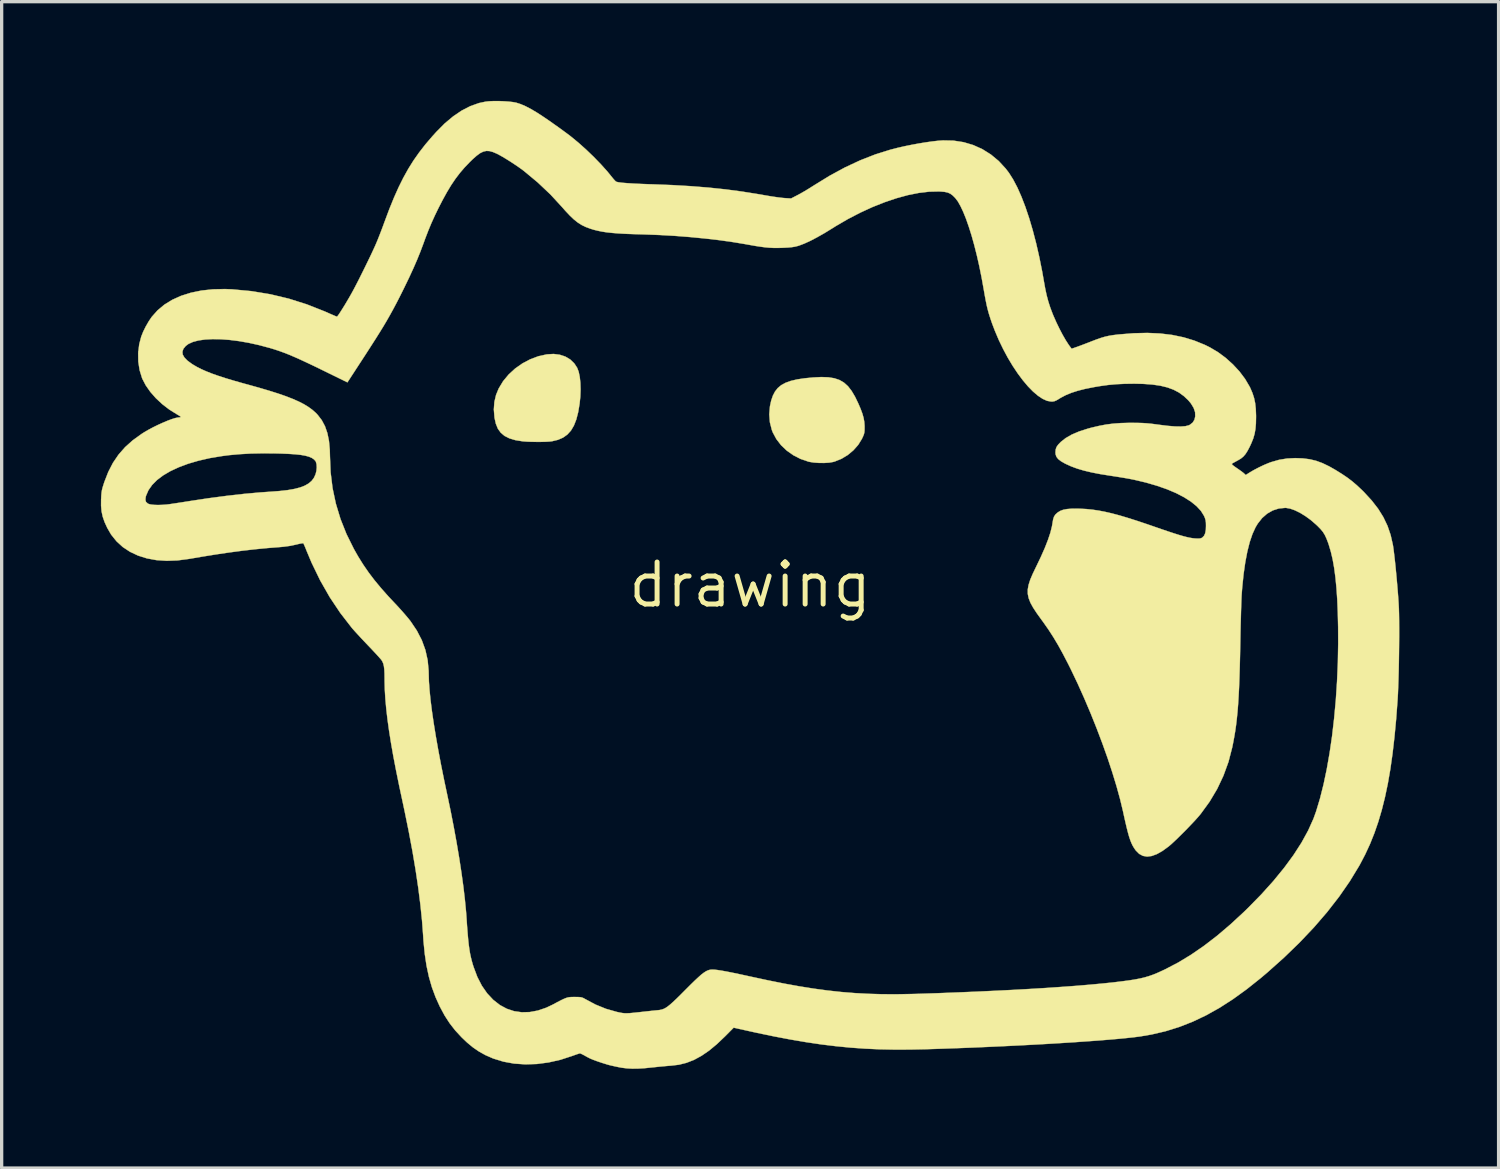
<source format=kicad_pcb>
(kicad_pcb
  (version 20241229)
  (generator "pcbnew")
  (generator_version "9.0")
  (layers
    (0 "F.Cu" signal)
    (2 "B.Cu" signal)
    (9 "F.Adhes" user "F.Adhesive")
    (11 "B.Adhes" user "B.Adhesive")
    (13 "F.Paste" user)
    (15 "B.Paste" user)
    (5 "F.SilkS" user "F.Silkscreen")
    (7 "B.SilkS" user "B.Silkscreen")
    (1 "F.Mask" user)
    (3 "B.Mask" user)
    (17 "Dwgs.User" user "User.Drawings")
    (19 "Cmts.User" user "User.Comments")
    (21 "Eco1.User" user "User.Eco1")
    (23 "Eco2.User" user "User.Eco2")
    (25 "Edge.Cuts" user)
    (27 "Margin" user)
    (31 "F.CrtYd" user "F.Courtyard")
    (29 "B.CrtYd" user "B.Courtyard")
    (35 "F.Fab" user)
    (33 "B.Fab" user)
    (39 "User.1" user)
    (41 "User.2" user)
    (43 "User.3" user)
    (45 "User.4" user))
  (footprint "drawing"
    (layer "F.Cu")
    (at 19.623 14.628)
    (property "Reference" "drawing" (at 0 0 0) (layer "F.SilkS") (effects (font (size 1.27 1.27) (thickness 0.15))))
    (attr through_hole)
    (fp_poly (pts (xy -5.751 -6.955) (xy -5.581 -6.898) (xy -5.433 -6.809) (xy -5.311 -6.689) (xy -5.227 -6.56) (xy -5.182 -6.44) (xy -5.15 -6.287) (xy -5.13 -6.106) (xy -5.124 -5.905) (xy -5.132 -5.69) (xy -5.154 -5.478) (xy -5.197 -5.22) (xy -5.254 -4.999) (xy -5.326 -4.815) (xy -5.416 -4.663) (xy -5.525 -4.543) (xy -5.656 -4.45) (xy -5.809 -4.384) (xy -5.987 -4.341) (xy -5.995 -4.34) (xy -6.076 -4.331) (xy -6.189 -4.325) (xy -6.323 -4.322) (xy -6.467 -4.322) (xy -6.611 -4.324) (xy -6.743 -4.329) (xy -6.854 -4.337) (xy -6.881 -4.34) (xy -7.097 -4.375) (xy -7.277 -4.429) (xy -7.422 -4.502) (xy -7.537 -4.599) (xy -7.624 -4.72) (xy -7.685 -4.869) (xy -7.725 -5.047) (xy -7.726 -5.055) (xy -7.746 -5.301) (xy -7.73 -5.527) (xy -7.679 -5.742) (xy -7.599 -5.936) (xy -7.466 -6.156) (xy -7.299 -6.358) (xy -7.103 -6.538) (xy -6.883 -6.693) (xy -6.645 -6.819) (xy -6.395 -6.912) (xy -6.142 -6.967) (xy -5.939 -6.979) (xy -5.751 -6.955)) (stroke (width 0.01) (type solid)) (fill yes) (layer "F.SilkS"))
    (fp_poly (pts (xy 2.363 -6.274) (xy 2.544 -6.245) (xy 2.7 -6.193) (xy 2.837 -6.113) (xy 2.958 -6.004) (xy 3.068 -5.862) (xy 3.172 -5.686) (xy 3.266 -5.491) (xy 3.34 -5.319) (xy 3.394 -5.173) (xy 3.43 -5.045) (xy 3.451 -4.925) (xy 3.46 -4.804) (xy 3.46 -4.772) (xy 3.459 -4.677) (xy 3.453 -4.607) (xy 3.438 -4.547) (xy 3.41 -4.479) (xy 3.378 -4.412) (xy 3.267 -4.232) (xy 3.122 -4.068) (xy 2.951 -3.925) (xy 2.762 -3.811) (xy 2.562 -3.73) (xy 2.509 -3.715) (xy 2.387 -3.694) (xy 2.239 -3.685) (xy 2.08 -3.686) (xy 1.925 -3.697) (xy 1.788 -3.719) (xy 1.757 -3.727) (xy 1.523 -3.807) (xy 1.305 -3.919) (xy 1.107 -4.059) (xy 0.935 -4.223) (xy 0.793 -4.407) (xy 0.686 -4.606) (xy 0.657 -4.681) (xy 0.598 -4.913) (xy 0.579 -5.154) (xy 0.6 -5.401) (xy 0.638 -5.573) (xy 0.688 -5.719) (xy 0.753 -5.844) (xy 0.836 -5.949) (xy 0.941 -6.037) (xy 1.072 -6.108) (xy 1.23 -6.165) (xy 1.421 -6.21) (xy 1.647 -6.244) (xy 1.906 -6.269) (xy 2.151 -6.281) (xy 2.363 -6.274)) (stroke (width 0.01) (type solid)) (fill yes) (layer "F.SilkS"))
    (fp_poly (pts (xy -7.599 -14.623) (xy -7.443 -14.617) (xy -7.295 -14.607) (xy -7.166 -14.592) (xy -7.07 -14.574) (xy -6.936 -14.531) (xy -6.79 -14.468) (xy -6.626 -14.383) (xy -6.442 -14.274) (xy -6.234 -14.138) (xy -6.064 -14.022) (xy -5.93 -13.927) (xy -5.794 -13.831) (xy -5.666 -13.738) (xy -5.553 -13.655) (xy -5.462 -13.587) (xy -5.423 -13.557) (xy -5.192 -13.367) (xy -4.958 -13.158) (xy -4.728 -12.937) (xy -4.511 -12.713) (xy -4.315 -12.495) (xy -4.177 -12.325) (xy -4.124 -12.261) (xy -4.078 -12.211) (xy -4.047 -12.185) (xy -4.043 -12.183) (xy -3.976 -12.168) (xy -3.868 -12.154) (xy -3.719 -12.142) (xy -3.53 -12.13) (xy -3.301 -12.119) (xy -3.033 -12.109) (xy -2.953 -12.107) (xy -2.356 -12.084) (xy -1.793 -12.051) (xy -1.257 -12.008) (xy -0.742 -11.954) (xy -0.239 -11.887) (xy 0.258 -11.808) (xy 0.423 -11.779) (xy 0.567 -11.754) (xy 0.712 -11.731) (xy 0.847 -11.712) (xy 0.962 -11.698) (xy 1.037 -11.691) (xy 1.238 -11.679) (xy 1.439 -11.783) (xy 1.53 -11.832) (xy 1.644 -11.898) (xy 1.769 -11.973) (xy 1.891 -12.05) (xy 1.937 -12.079) (xy 2.409 -12.369) (xy 2.872 -12.62) (xy 3.33 -12.833) (xy 3.785 -13.011) (xy 4.242 -13.154) (xy 4.456 -13.209) (xy 4.661 -13.256) (xy 4.878 -13.3) (xy 5.099 -13.341) (xy 5.313 -13.376) (xy 5.513 -13.404) (xy 5.69 -13.424) (xy 5.831 -13.434) (xy 6.148 -13.427) (xy 6.453 -13.38) (xy 6.745 -13.293) (xy 7.02 -13.169) (xy 7.277 -13.008) (xy 7.514 -12.811) (xy 7.727 -12.58) (xy 7.821 -12.457) (xy 7.949 -12.255) (xy 8.076 -12.014) (xy 8.199 -11.737) (xy 8.319 -11.426) (xy 8.434 -11.084) (xy 8.543 -10.715) (xy 8.646 -10.321) (xy 8.741 -9.904) (xy 8.828 -9.469) (xy 8.878 -9.185) (xy 8.92 -8.951) (xy 8.964 -8.748) (xy 9.013 -8.565) (xy 9.07 -8.388) (xy 9.138 -8.207) (xy 9.167 -8.136) (xy 9.254 -7.939) (xy 9.348 -7.744) (xy 9.445 -7.559) (xy 9.54 -7.394) (xy 9.629 -7.256) (xy 9.667 -7.204) (xy 9.718 -7.137) (xy 9.86 -7.186) (xy 9.932 -7.212) (xy 10.032 -7.249) (xy 10.147 -7.293) (xy 10.267 -7.339) (xy 10.299 -7.352) (xy 10.463 -7.415) (xy 10.6 -7.463) (xy 10.721 -7.499) (xy 10.838 -7.526) (xy 10.963 -7.547) (xy 11.105 -7.565) (xy 11.144 -7.569) (xy 11.589 -7.605) (xy 12.004 -7.615) (xy 12.392 -7.598) (xy 12.757 -7.554) (xy 13.102 -7.482) (xy 13.43 -7.382) (xy 13.744 -7.254) (xy 13.894 -7.18) (xy 14.138 -7.036) (xy 14.373 -6.862) (xy 14.593 -6.664) (xy 14.791 -6.45) (xy 14.961 -6.224) (xy 15.096 -5.995) (xy 15.116 -5.956) (xy 15.183 -5.8) (xy 15.232 -5.649) (xy 15.265 -5.494) (xy 15.284 -5.321) (xy 15.292 -5.121) (xy 15.292 -5.069) (xy 15.288 -4.876) (xy 15.274 -4.712) (xy 15.248 -4.566) (xy 15.208 -4.426) (xy 15.149 -4.28) (xy 15.103 -4.18) (xy 15.035 -4.051) (xy 14.973 -3.953) (xy 14.908 -3.878) (xy 14.832 -3.816) (xy 14.738 -3.761) (xy 14.665 -3.721) (xy 14.605 -3.688) (xy 14.568 -3.666) (xy 14.565 -3.665) (xy 14.561 -3.649) (xy 14.583 -3.622) (xy 14.636 -3.581) (xy 14.703 -3.534) (xy 14.783 -3.479) (xy 14.857 -3.426) (xy 14.911 -3.384) (xy 14.925 -3.372) (xy 14.981 -3.32) (xy 15.094 -3.393) (xy 15.22 -3.467) (xy 15.368 -3.545) (xy 15.522 -3.619) (xy 15.667 -3.68) (xy 15.748 -3.71) (xy 15.992 -3.78) (xy 16.232 -3.819) (xy 16.475 -3.831) (xy 16.703 -3.823) (xy 16.909 -3.797) (xy 17.104 -3.751) (xy 17.298 -3.68) (xy 17.5 -3.583) (xy 17.69 -3.475) (xy 17.883 -3.355) (xy 18.048 -3.244) (xy 18.197 -3.131) (xy 18.339 -3.01) (xy 18.487 -2.871) (xy 18.553 -2.806) (xy 18.786 -2.553) (xy 18.981 -2.302) (xy 19.14 -2.047) (xy 19.265 -1.785) (xy 19.36 -1.508) (xy 19.427 -1.213) (xy 19.432 -1.185) (xy 19.448 -1.075) (xy 19.466 -0.93) (xy 19.486 -0.756) (xy 19.507 -0.561) (xy 19.527 -0.352) (xy 19.547 -0.135) (xy 19.566 0.083) (xy 19.583 0.294) (xy 19.597 0.492) (xy 19.602 0.572) (xy 19.609 0.708) (xy 19.614 0.882) (xy 19.617 1.085) (xy 19.618 1.313) (xy 19.618 1.559) (xy 19.616 1.818) (xy 19.613 2.082) (xy 19.609 2.347) (xy 19.604 2.606) (xy 19.597 2.854) (xy 19.589 3.084) (xy 19.581 3.29) (xy 19.571 3.466) (xy 19.57 3.482) (xy 19.527 4.059) (xy 19.476 4.597) (xy 19.418 5.098) (xy 19.352 5.566) (xy 19.276 6.004) (xy 19.19 6.414) (xy 19.094 6.799) (xy 18.987 7.162) (xy 18.868 7.506) (xy 18.737 7.833) (xy 18.592 8.146) (xy 18.434 8.448) (xy 18.406 8.498) (xy 18.125 8.96) (xy 17.804 9.423) (xy 17.443 9.887) (xy 17.044 10.35) (xy 16.608 10.81) (xy 16.136 11.267) (xy 15.631 11.718) (xy 15.431 11.887) (xy 15.008 12.224) (xy 14.594 12.523) (xy 14.187 12.785) (xy 13.784 13.01) (xy 13.38 13.202) (xy 12.973 13.362) (xy 12.559 13.491) (xy 12.136 13.59) (xy 11.779 13.651) (xy 11.598 13.674) (xy 11.377 13.698) (xy 11.12 13.723) (xy 10.83 13.748) (xy 10.509 13.774) (xy 10.16 13.799) (xy 9.787 13.825) (xy 9.393 13.85) (xy 8.98 13.875) (xy 8.551 13.899) (xy 8.11 13.922) (xy 7.659 13.944) (xy 7.201 13.965) (xy 6.74 13.985) (xy 6.277 14.003) (xy 5.817 14.019) (xy 5.362 14.034) (xy 5.3 14.036) (xy 4.818 14.046) (xy 4.356 14.047) (xy 3.908 14.038) (xy 3.469 14.018) (xy 3.033 13.987) (xy 2.595 13.944) (xy 2.149 13.89) (xy 1.691 13.822) (xy 1.215 13.741) (xy 0.715 13.646) (xy 0.186 13.536) (xy -0.328 13.422) (xy -0.497 13.384) (xy -0.762 13.651) (xy -1.006 13.883) (xy -1.24 14.077) (xy -1.469 14.234) (xy -1.695 14.357) (xy -1.922 14.446) (xy -2.153 14.504) (xy -2.389 14.532) (xy -2.482 14.539) (xy -2.605 14.55) (xy -2.744 14.563) (xy -2.885 14.578) (xy -2.955 14.585) (xy -3.188 14.609) (xy -3.388 14.621) (xy -3.564 14.623) (xy -3.725 14.614) (xy -3.879 14.595) (xy -4 14.572) (xy -4.102 14.55) (xy -4.196 14.529) (xy -4.269 14.511) (xy -4.306 14.501) (xy -4.483 14.446) (xy -4.625 14.398) (xy -4.74 14.356) (xy -4.835 14.316) (xy -4.916 14.275) (xy -4.954 14.254) (xy -5.029 14.212) (xy -5.093 14.18) (xy -5.134 14.162) (xy -5.143 14.161) (xy -5.173 14.168) (xy -5.233 14.187) (xy -5.313 14.215) (xy -5.373 14.237) (xy -5.732 14.354) (xy -6.091 14.435) (xy -6.446 14.482) (xy -6.794 14.493) (xy -7.132 14.47) (xy -7.456 14.411) (xy -7.763 14.317) (xy -8.001 14.213) (xy -8.195 14.105) (xy -8.376 13.981) (xy -8.554 13.834) (xy -8.721 13.675) (xy -8.915 13.465) (xy -9.083 13.249) (xy -9.234 13.016) (xy -9.375 12.753) (xy -9.376 12.753) (xy -9.507 12.463) (xy -9.618 12.163) (xy -9.708 11.85) (xy -9.78 11.516) (xy -9.834 11.156) (xy -9.873 10.764) (xy -9.884 10.583) (xy -9.917 10.144) (xy -9.966 9.669) (xy -10.03 9.162) (xy -10.11 8.624) (xy -10.205 8.059) (xy -10.315 7.471) (xy -10.439 6.861) (xy -10.498 6.583) (xy -10.606 6.079) (xy -10.701 5.612) (xy -10.784 5.18) (xy -10.854 4.78) (xy -10.913 4.409) (xy -10.961 4.065) (xy -10.998 3.745) (xy -11.025 3.446) (xy -11.042 3.165) (xy -11.049 2.9) (xy -11.049 2.836) (xy -11.051 2.678) (xy -11.057 2.554) (xy -11.069 2.459) (xy -11.087 2.383) (xy -11.113 2.321) (xy -11.141 2.274) (xy -11.168 2.241) (xy -11.22 2.182) (xy -11.292 2.102) (xy -11.38 2.008) (xy -11.478 1.904) (xy -11.55 1.829) (xy -11.659 1.714) (xy -11.766 1.6) (xy -11.865 1.493) (xy -11.95 1.4) (xy -12.014 1.328) (xy -12.039 1.299) (xy -12.386 0.851) (xy -12.706 0.372) (xy -12.996 -0.136) (xy -13.255 -0.67) (xy -13.409 -1.037) (xy -13.443 -1.123) (xy -13.474 -1.195) (xy -13.496 -1.242) (xy -13.504 -1.256) (xy -13.53 -1.258) (xy -13.587 -1.249) (xy -13.665 -1.232) (xy -13.721 -1.218) (xy -13.897 -1.18) (xy -14.104 -1.152) (xy -14.216 -1.142) (xy -14.594 -1.112) (xy -14.966 -1.076) (xy -15.341 -1.033) (xy -15.725 -0.982) (xy -16.128 -0.923) (xy -16.556 -0.854) (xy -16.965 -0.784) (xy -17.308 -0.739) (xy -17.635 -0.727) (xy -17.944 -0.748) (xy -18.233 -0.801) (xy -18.5 -0.885) (xy -18.744 -1) (xy -18.962 -1.144) (xy -19.152 -1.318) (xy -19.314 -1.52) (xy -19.431 -1.722) (xy -19.513 -1.901) (xy -19.569 -2.064) (xy -19.603 -2.223) (xy -19.618 -2.393) (xy -19.617 -2.571) (xy -19.617 -2.572) (xy -18.279 -2.572) (xy -18.26 -2.507) (xy -18.206 -2.459) (xy -18.175 -2.444) (xy -18.111 -2.428) (xy -18.015 -2.418) (xy -17.897 -2.414) (xy -17.766 -2.418) (xy -17.633 -2.428) (xy -17.575 -2.435) (xy -17.503 -2.445) (xy -17.399 -2.461) (xy -17.271 -2.48) (xy -17.13 -2.502) (xy -16.983 -2.525) (xy -16.954 -2.53) (xy -16.372 -2.618) (xy -15.818 -2.691) (xy -15.297 -2.75) (xy -14.811 -2.794) (xy -14.51 -2.815) (xy -14.227 -2.836) (xy -13.984 -2.863) (xy -13.776 -2.899) (xy -13.602 -2.944) (xy -13.459 -2.999) (xy -13.344 -3.065) (xy -13.253 -3.143) (xy -13.184 -3.235) (xy -13.135 -3.342) (xy -13.134 -3.345) (xy -13.109 -3.445) (xy -13.099 -3.551) (xy -13.105 -3.649) (xy -13.127 -3.725) (xy -13.138 -3.744) (xy -13.186 -3.795) (xy -13.25 -3.838) (xy -13.334 -3.874) (xy -13.443 -3.904) (xy -13.578 -3.928) (xy -13.743 -3.946) (xy -13.941 -3.959) (xy -14.177 -3.969) (xy -14.34 -3.973) (xy -14.734 -3.976) (xy -15.095 -3.969) (xy -15.431 -3.95) (xy -15.749 -3.921) (xy -15.97 -3.892) (xy -16.335 -3.831) (xy -16.674 -3.753) (xy -16.985 -3.662) (xy -17.268 -3.556) (xy -17.521 -3.439) (xy -17.74 -3.31) (xy -17.926 -3.17) (xy -18.075 -3.02) (xy -18.186 -2.862) (xy -18.258 -2.696) (xy -18.268 -2.662) (xy -18.279 -2.572) (xy -19.617 -2.572) (xy -19.612 -2.692) (xy -19.604 -2.785) (xy -19.591 -2.866) (xy -19.57 -2.949) (xy -19.538 -3.05) (xy -19.521 -3.104) (xy -19.401 -3.412) (xy -19.259 -3.688) (xy -19.09 -3.936) (xy -18.892 -4.162) (xy -18.661 -4.369) (xy -18.392 -4.563) (xy -18.32 -4.609) (xy -18.194 -4.683) (xy -18.054 -4.758) (xy -17.906 -4.831) (xy -17.758 -4.898) (xy -17.617 -4.958) (xy -17.49 -5.006) (xy -17.382 -5.04) (xy -17.302 -5.057) (xy -17.281 -5.059) (xy -17.233 -5.063) (xy -17.209 -5.073) (xy -17.209 -5.075) (xy -17.226 -5.093) (xy -17.27 -5.123) (xy -17.33 -5.158) (xy -17.556 -5.299) (xy -17.768 -5.462) (xy -17.961 -5.642) (xy -18.129 -5.833) (xy -18.267 -6.03) (xy -18.369 -6.226) (xy -18.379 -6.249) (xy -18.453 -6.49) (xy -18.493 -6.747) (xy -18.497 -7.011) (xy -18.492 -7.048) (xy -17.16 -7.048) (xy -17.15 -6.96) (xy -17.098 -6.87) (xy -17.006 -6.776) (xy -16.872 -6.678) (xy -16.839 -6.657) (xy -16.718 -6.586) (xy -16.586 -6.519) (xy -16.437 -6.453) (xy -16.268 -6.386) (xy -16.075 -6.318) (xy -15.853 -6.246) (xy -15.6 -6.17) (xy -15.311 -6.088) (xy -15.181 -6.053) (xy -14.838 -5.957) (xy -14.533 -5.867) (xy -14.264 -5.782) (xy -14.028 -5.7) (xy -13.821 -5.619) (xy -13.642 -5.54) (xy -13.486 -5.46) (xy -13.352 -5.378) (xy -13.235 -5.293) (xy -13.133 -5.203) (xy -13.07 -5.137) (xy -12.947 -4.977) (xy -12.85 -4.795) (xy -12.778 -4.587) (xy -12.73 -4.351) (xy -12.705 -4.083) (xy -12.7 -3.893) (xy -12.68 -3.402) (xy -12.621 -2.922) (xy -12.521 -2.452) (xy -12.381 -1.99) (xy -12.2 -1.535) (xy -11.977 -1.085) (xy -11.844 -0.851) (xy -11.694 -0.611) (xy -11.534 -0.378) (xy -11.358 -0.146) (xy -11.162 0.091) (xy -10.941 0.341) (xy -10.75 0.544) (xy -10.642 0.659) (xy -10.532 0.781) (xy -10.427 0.901) (xy -10.336 1.009) (xy -10.266 1.096) (xy -10.263 1.101) (xy -10.073 1.383) (xy -9.924 1.671) (xy -9.816 1.968) (xy -9.747 2.277) (xy -9.717 2.598) (xy -9.715 2.688) (xy -9.709 2.914) (xy -9.69 3.179) (xy -9.66 3.479) (xy -9.618 3.813) (xy -9.565 4.177) (xy -9.501 4.571) (xy -9.427 4.991) (xy -9.343 5.436) (xy -9.249 5.902) (xy -9.154 6.351) (xy -9.052 6.837) (xy -8.958 7.32) (xy -8.871 7.796) (xy -8.793 8.258) (xy -8.725 8.703) (xy -8.667 9.124) (xy -8.621 9.518) (xy -8.586 9.879) (xy -8.573 10.054) (xy -8.556 10.308) (xy -8.539 10.525) (xy -8.523 10.71) (xy -8.506 10.869) (xy -8.487 11.008) (xy -8.467 11.132) (xy -8.443 11.246) (xy -8.416 11.356) (xy -8.385 11.467) (xy -8.357 11.554) (xy -8.245 11.852) (xy -8.109 12.116) (xy -7.949 12.346) (xy -7.766 12.542) (xy -7.562 12.701) (xy -7.354 12.813) (xy -7.133 12.886) (xy -6.902 12.919) (xy -6.662 12.913) (xy -6.415 12.867) (xy -6.165 12.782) (xy -5.969 12.689) (xy -5.831 12.615) (xy -5.723 12.559) (xy -5.638 12.518) (xy -5.571 12.49) (xy -5.514 12.472) (xy -5.459 12.462) (xy -5.402 12.458) (xy -5.333 12.457) (xy -5.302 12.457) (xy -5.202 12.458) (xy -5.132 12.462) (xy -5.08 12.473) (xy -5.036 12.491) (xy -4.995 12.514) (xy -4.678 12.684) (xy -4.356 12.815) (xy -4.022 12.91) (xy -4.015 12.911) (xy -3.934 12.929) (xy -3.865 12.941) (xy -3.799 12.948) (xy -3.728 12.949) (xy -3.644 12.946) (xy -3.538 12.936) (xy -3.403 12.922) (xy -3.318 12.913) (xy -3.185 12.898) (xy -3.055 12.884) (xy -2.938 12.871) (xy -2.845 12.862) (xy -2.805 12.858) (xy -2.737 12.851) (xy -2.676 12.838) (xy -2.618 12.819) (xy -2.558 12.789) (xy -2.493 12.746) (xy -2.419 12.687) (xy -2.331 12.609) (xy -2.225 12.509) (xy -2.098 12.384) (xy -1.958 12.243) (xy -1.805 12.09) (xy -1.677 11.965) (xy -1.571 11.866) (xy -1.484 11.788) (xy -1.41 11.73) (xy -1.347 11.688) (xy -1.292 11.659) (xy -1.24 11.641) (xy -1.203 11.633) (xy -1.152 11.629) (xy -1.082 11.631) (xy -0.99 11.641) (xy -0.872 11.659) (xy -0.726 11.685) (xy -0.548 11.72) (xy -0.337 11.764) (xy -0.088 11.818) (xy 0.017 11.841) (xy 0.538 11.953) (xy 1.025 12.051) (xy 1.484 12.134) (xy 1.922 12.204) (xy 2.344 12.261) (xy 2.756 12.306) (xy 3.163 12.339) (xy 3.573 12.361) (xy 3.99 12.373) (xy 4.421 12.375) (xy 4.871 12.367) (xy 5.038 12.363) (xy 5.648 12.343) (xy 6.245 12.32) (xy 6.827 12.296) (xy 7.391 12.27) (xy 7.934 12.243) (xy 8.455 12.214) (xy 8.95 12.184) (xy 9.417 12.152) (xy 9.854 12.12) (xy 10.258 12.086) (xy 10.626 12.052) (xy 10.957 12.018) (xy 11.19 11.99) (xy 11.415 11.961) (xy 11.606 11.932) (xy 11.771 11.901) (xy 11.917 11.867) (xy 12.053 11.827) (xy 12.187 11.78) (xy 12.327 11.722) (xy 12.481 11.651) (xy 12.549 11.619) (xy 12.94 11.415) (xy 13.329 11.179) (xy 13.721 10.909) (xy 14.116 10.605) (xy 14.518 10.263) (xy 14.929 9.883) (xy 15.044 9.771) (xy 15.449 9.358) (xy 15.814 8.953) (xy 16.138 8.557) (xy 16.422 8.171) (xy 16.665 7.794) (xy 16.867 7.426) (xy 17.028 7.068) (xy 17.108 6.847) (xy 17.225 6.459) (xy 17.332 6.033) (xy 17.429 5.574) (xy 17.515 5.086) (xy 17.59 4.573) (xy 17.652 4.038) (xy 17.703 3.487) (xy 17.74 2.922) (xy 17.765 2.349) (xy 17.775 1.771) (xy 17.773 1.27) (xy 17.763 0.841) (xy 17.747 0.451) (xy 17.723 0.098) (xy 17.692 -0.222) (xy 17.654 -0.51) (xy 17.608 -0.77) (xy 17.553 -1.003) (xy 17.49 -1.214) (xy 17.473 -1.265) (xy 17.421 -1.401) (xy 17.371 -1.508) (xy 17.314 -1.6) (xy 17.242 -1.687) (xy 17.147 -1.784) (xy 17.105 -1.823) (xy 16.949 -1.958) (xy 16.786 -2.077) (xy 16.624 -2.177) (xy 16.467 -2.254) (xy 16.323 -2.305) (xy 16.198 -2.327) (xy 16.18 -2.328) (xy 15.982 -2.309) (xy 15.798 -2.25) (xy 15.628 -2.153) (xy 15.476 -2.02) (xy 15.343 -1.851) (xy 15.277 -1.741) (xy 15.184 -1.538) (xy 15.101 -1.294) (xy 15.029 -1.01) (xy 14.967 -0.686) (xy 14.915 -0.323) (xy 14.874 0.079) (xy 14.859 0.275) (xy 14.854 0.357) (xy 14.849 0.475) (xy 14.844 0.625) (xy 14.838 0.802) (xy 14.833 0.999) (xy 14.827 1.211) (xy 14.822 1.434) (xy 14.818 1.661) (xy 14.817 1.719) (xy 14.809 2.119) (xy 14.8 2.48) (xy 14.79 2.807) (xy 14.779 3.102) (xy 14.765 3.37) (xy 14.75 3.614) (xy 14.732 3.839) (xy 14.711 4.047) (xy 14.688 4.243) (xy 14.661 4.431) (xy 14.63 4.613) (xy 14.596 4.794) (xy 14.572 4.912) (xy 14.459 5.349) (xy 14.306 5.769) (xy 14.116 6.171) (xy 13.887 6.555) (xy 13.621 6.92) (xy 13.606 6.939) (xy 13.529 7.029) (xy 13.43 7.139) (xy 13.314 7.261) (xy 13.19 7.391) (xy 13.061 7.52) (xy 12.936 7.644) (xy 12.821 7.754) (xy 12.721 7.846) (xy 12.649 7.907) (xy 12.464 8.042) (xy 12.294 8.138) (xy 12.139 8.195) (xy 11.999 8.213) (xy 11.872 8.191) (xy 11.759 8.13) (xy 11.66 8.031) (xy 11.642 8.007) (xy 11.599 7.943) (xy 11.56 7.877) (xy 11.525 7.803) (xy 11.491 7.718) (xy 11.457 7.616) (xy 11.422 7.493) (xy 11.384 7.344) (xy 11.342 7.166) (xy 11.294 6.952) (xy 11.27 6.839) (xy 11.183 6.477) (xy 11.075 6.085) (xy 10.948 5.669) (xy 10.805 5.235) (xy 10.646 4.789) (xy 10.474 4.335) (xy 10.292 3.881) (xy 10.101 3.431) (xy 9.904 2.992) (xy 9.702 2.568) (xy 9.609 2.381) (xy 9.456 2.087) (xy 9.311 1.823) (xy 9.167 1.582) (xy 9.02 1.354) (xy 8.863 1.13) (xy 8.798 1.041) (xy 8.662 0.852) (xy 8.554 0.687) (xy 8.473 0.54) (xy 8.42 0.404) (xy 8.393 0.273) (xy 8.392 0.141) (xy 8.417 0.001) (xy 8.466 -0.153) (xy 8.54 -0.328) (xy 8.637 -0.53) (xy 8.647 -0.55) (xy 8.788 -0.845) (xy 8.908 -1.116) (xy 9.004 -1.362) (xy 9.077 -1.581) (xy 9.124 -1.771) (xy 9.141 -1.873) (xy 9.16 -1.983) (xy 9.187 -2.064) (xy 9.229 -2.127) (xy 9.292 -2.184) (xy 9.298 -2.189) (xy 9.373 -2.235) (xy 9.463 -2.269) (xy 9.575 -2.291) (xy 9.713 -2.302) (xy 9.884 -2.304) (xy 9.98 -2.301) (xy 10.159 -2.292) (xy 10.339 -2.274) (xy 10.524 -2.247) (xy 10.719 -2.21) (xy 10.928 -2.162) (xy 11.155 -2.102) (xy 11.404 -2.028) (xy 11.682 -1.94) (xy 11.99 -1.837) (xy 12.19 -1.768) (xy 12.435 -1.683) (xy 12.644 -1.612) (xy 12.821 -1.554) (xy 12.971 -1.507) (xy 13.097 -1.47) (xy 13.204 -1.443) (xy 13.296 -1.423) (xy 13.377 -1.41) (xy 13.445 -1.403) (xy 13.536 -1.399) (xy 13.597 -1.402) (xy 13.64 -1.414) (xy 13.664 -1.427) (xy 13.719 -1.481) (xy 13.755 -1.559) (xy 13.775 -1.667) (xy 13.779 -1.783) (xy 13.777 -1.881) (xy 13.767 -1.955) (xy 13.747 -2.022) (xy 13.719 -2.087) (xy 13.627 -2.235) (xy 13.495 -2.378) (xy 13.325 -2.516) (xy 13.118 -2.648) (xy 12.877 -2.773) (xy 12.604 -2.889) (xy 12.3 -2.995) (xy 11.968 -3.092) (xy 11.609 -3.177) (xy 11.525 -3.194) (xy 11.436 -3.211) (xy 11.316 -3.232) (xy 11.176 -3.255) (xy 11.026 -3.279) (xy 10.88 -3.301) (xy 10.58 -3.349) (xy 10.318 -3.4) (xy 10.088 -3.455) (xy 9.885 -3.515) (xy 9.704 -3.582) (xy 9.539 -3.657) (xy 9.52 -3.666) (xy 9.398 -3.736) (xy 9.312 -3.803) (xy 9.259 -3.872) (xy 9.233 -3.948) (xy 9.229 -4.002) (xy 9.236 -4.091) (xy 9.261 -4.165) (xy 9.311 -4.237) (xy 9.39 -4.319) (xy 9.391 -4.32) (xy 9.539 -4.437) (xy 9.722 -4.542) (xy 9.942 -4.636) (xy 10.199 -4.719) (xy 10.319 -4.752) (xy 10.551 -4.806) (xy 10.767 -4.847) (xy 10.98 -4.874) (xy 11.204 -4.89) (xy 11.451 -4.897) (xy 11.525 -4.897) (xy 11.699 -4.896) (xy 11.846 -4.892) (xy 11.981 -4.884) (xy 12.118 -4.871) (xy 12.274 -4.851) (xy 12.361 -4.839) (xy 12.617 -4.807) (xy 12.835 -4.789) (xy 13.015 -4.786) (xy 13.156 -4.796) (xy 13.258 -4.822) (xy 13.29 -4.837) (xy 13.378 -4.906) (xy 13.431 -4.993) (xy 13.454 -5.091) (xy 13.45 -5.22) (xy 13.406 -5.35) (xy 13.323 -5.485) (xy 13.249 -5.574) (xy 13.114 -5.703) (xy 12.966 -5.811) (xy 12.8 -5.899) (xy 12.613 -5.968) (xy 12.4 -6.02) (xy 12.157 -6.055) (xy 11.882 -6.075) (xy 11.61 -6.081) (xy 11.325 -6.077) (xy 11.066 -6.065) (xy 10.819 -6.042) (xy 10.568 -6.007) (xy 10.393 -5.977) (xy 10.131 -5.925) (xy 9.906 -5.868) (xy 9.71 -5.805) (xy 9.538 -5.734) (xy 9.383 -5.652) (xy 9.34 -5.625) (xy 9.261 -5.578) (xy 9.2 -5.552) (xy 9.144 -5.542) (xy 9.099 -5.541) (xy 8.975 -5.563) (xy 8.841 -5.624) (xy 8.698 -5.719) (xy 8.549 -5.846) (xy 8.397 -6.002) (xy 8.243 -6.185) (xy 8.089 -6.391) (xy 7.937 -6.619) (xy 7.79 -6.864) (xy 7.65 -7.125) (xy 7.518 -7.398) (xy 7.398 -7.681) (xy 7.311 -7.91) (xy 7.263 -8.05) (xy 7.222 -8.178) (xy 7.187 -8.303) (xy 7.155 -8.433) (xy 7.125 -8.579) (xy 7.093 -8.749) (xy 7.059 -8.944) (xy 6.996 -9.294) (xy 6.927 -9.634) (xy 6.853 -9.96) (xy 6.775 -10.269) (xy 6.694 -10.559) (xy 6.61 -10.825) (xy 6.526 -11.065) (xy 6.441 -11.275) (xy 6.357 -11.453) (xy 6.276 -11.595) (xy 6.2 -11.694) (xy 6.125 -11.769) (xy 6.054 -11.822) (xy 5.976 -11.857) (xy 5.882 -11.878) (xy 5.76 -11.889) (xy 5.694 -11.891) (xy 5.407 -11.884) (xy 5.097 -11.847) (xy 4.767 -11.781) (xy 4.421 -11.686) (xy 4.063 -11.565) (xy 3.698 -11.42) (xy 3.328 -11.25) (xy 2.959 -11.059) (xy 2.593 -10.846) (xy 2.477 -10.773) (xy 2.244 -10.63) (xy 2.023 -10.505) (xy 1.82 -10.399) (xy 1.637 -10.315) (xy 1.481 -10.256) (xy 1.439 -10.243) (xy 1.354 -10.222) (xy 1.259 -10.207) (xy 1.145 -10.196) (xy 1.001 -10.189) (xy 0.952 -10.187) (xy 0.822 -10.184) (xy 0.702 -10.185) (xy 0.584 -10.191) (xy 0.46 -10.202) (xy 0.323 -10.22) (xy 0.164 -10.244) (xy -0.023 -10.277) (xy -0.144 -10.299) (xy -0.519 -10.361) (xy -0.929 -10.419) (xy -1.364 -10.469) (xy -1.815 -10.513) (xy -2.276 -10.549) (xy -2.736 -10.575) (xy -3.188 -10.592) (xy -3.249 -10.594) (xy -3.53 -10.602) (xy -3.774 -10.611) (xy -3.985 -10.623) (xy -4.169 -10.638) (xy -4.329 -10.655) (xy -4.472 -10.677) (xy -4.601 -10.703) (xy -4.723 -10.733) (xy -4.829 -10.766) (xy -4.965 -10.816) (xy -5.089 -10.876) (xy -5.208 -10.951) (xy -5.327 -11.046) (xy -5.452 -11.165) (xy -5.59 -11.312) (xy -5.68 -11.415) (xy -6.035 -11.8) (xy -6.421 -12.165) (xy -6.825 -12.501) (xy -6.869 -12.535) (xy -6.979 -12.615) (xy -7.107 -12.702) (xy -7.243 -12.792) (xy -7.379 -12.877) (xy -7.505 -12.952) (xy -7.611 -13.011) (xy -7.655 -13.033) (xy -7.773 -13.083) (xy -7.876 -13.112) (xy -7.972 -13.117) (xy -8.064 -13.096) (xy -8.161 -13.049) (xy -8.266 -12.972) (xy -8.387 -12.865) (xy -8.479 -12.775) (xy -8.633 -12.614) (xy -8.774 -12.449) (xy -8.907 -12.274) (xy -9.036 -12.083) (xy -9.165 -11.869) (xy -9.298 -11.627) (xy -9.421 -11.388) (xy -9.531 -11.161) (xy -9.631 -10.941) (xy -9.725 -10.715) (xy -9.82 -10.469) (xy -9.874 -10.319) (xy -9.966 -10.074) (xy -10.066 -9.827) (xy -10.178 -9.57) (xy -10.304 -9.296) (xy -10.449 -8.996) (xy -10.501 -8.89) (xy -10.603 -8.687) (xy -10.699 -8.501) (xy -10.792 -8.326) (xy -10.885 -8.158) (xy -10.981 -7.989) (xy -11.084 -7.815) (xy -11.198 -7.63) (xy -11.325 -7.428) (xy -11.469 -7.203) (xy -11.632 -6.95) (xy -11.66 -6.907) (xy -12.172 -6.121) (xy -12.907 -6.481) (xy -13.169 -6.609) (xy -13.399 -6.718) (xy -13.601 -6.812) (xy -13.781 -6.892) (xy -13.944 -6.961) (xy -14.095 -7.02) (xy -14.238 -7.072) (xy -14.38 -7.119) (xy -14.525 -7.163) (xy -14.531 -7.164) (xy -14.845 -7.248) (xy -15.153 -7.316) (xy -15.45 -7.368) (xy -15.734 -7.404) (xy -16.002 -7.424) (xy -16.25 -7.428) (xy -16.474 -7.416) (xy -16.672 -7.388) (xy -16.84 -7.344) (xy -16.976 -7.283) (xy -17.06 -7.22) (xy -17.13 -7.135) (xy -17.16 -7.048) (xy -18.492 -7.048) (xy -18.465 -7.272) (xy -18.404 -7.504) (xy -18.346 -7.65) (xy -18.267 -7.81) (xy -18.177 -7.966) (xy -18.087 -8.099) (xy -17.911 -8.297) (xy -17.704 -8.47) (xy -17.465 -8.617) (xy -17.198 -8.737) (xy -16.903 -8.83) (xy -16.583 -8.896) (xy -16.239 -8.933) (xy -15.874 -8.941) (xy -15.661 -8.933) (xy -15.075 -8.878) (xy -14.504 -8.784) (xy -13.946 -8.651) (xy -13.398 -8.478) (xy -12.856 -8.264) (xy -12.746 -8.215) (xy -12.653 -8.174) (xy -12.573 -8.14) (xy -12.516 -8.116) (xy -12.488 -8.107) (xy -12.488 -8.107) (xy -12.47 -8.124) (xy -12.434 -8.173) (xy -12.384 -8.248) (xy -12.324 -8.343) (xy -12.255 -8.454) (xy -12.183 -8.575) (xy -12.11 -8.699) (xy -12.044 -8.816) (xy -11.984 -8.926) (xy -11.91 -9.067) (xy -11.826 -9.23) (xy -11.737 -9.409) (xy -11.645 -9.594) (xy -11.555 -9.779) (xy -11.47 -9.955) (xy -11.395 -10.115) (xy -11.333 -10.25) (xy -11.307 -10.311) (xy -11.265 -10.41) (xy -11.214 -10.538) (xy -11.157 -10.684) (xy -11.1 -10.835) (xy -11.048 -10.977) (xy -10.905 -11.359) (xy -10.765 -11.703) (xy -10.625 -12.017) (xy -10.482 -12.305) (xy -10.333 -12.573) (xy -10.175 -12.826) (xy -10.004 -13.069) (xy -9.818 -13.309) (xy -9.613 -13.549) (xy -9.484 -13.692) (xy -9.229 -13.949) (xy -8.973 -14.163) (xy -8.717 -14.336) (xy -8.459 -14.469) (xy -8.198 -14.562) (xy -7.997 -14.605) (xy -7.888 -14.617) (xy -7.751 -14.623) (xy -7.599 -14.623)) (stroke (width 0.01) (type solid)) (fill yes) (layer "F.SilkS")))
  (gr_rect
    (start -3 -3)
    (end 42.246 32.256)
    (stroke (width 0.1) (type default))
    (fill no)
    (layer "Edge.Cuts")))
</source>
